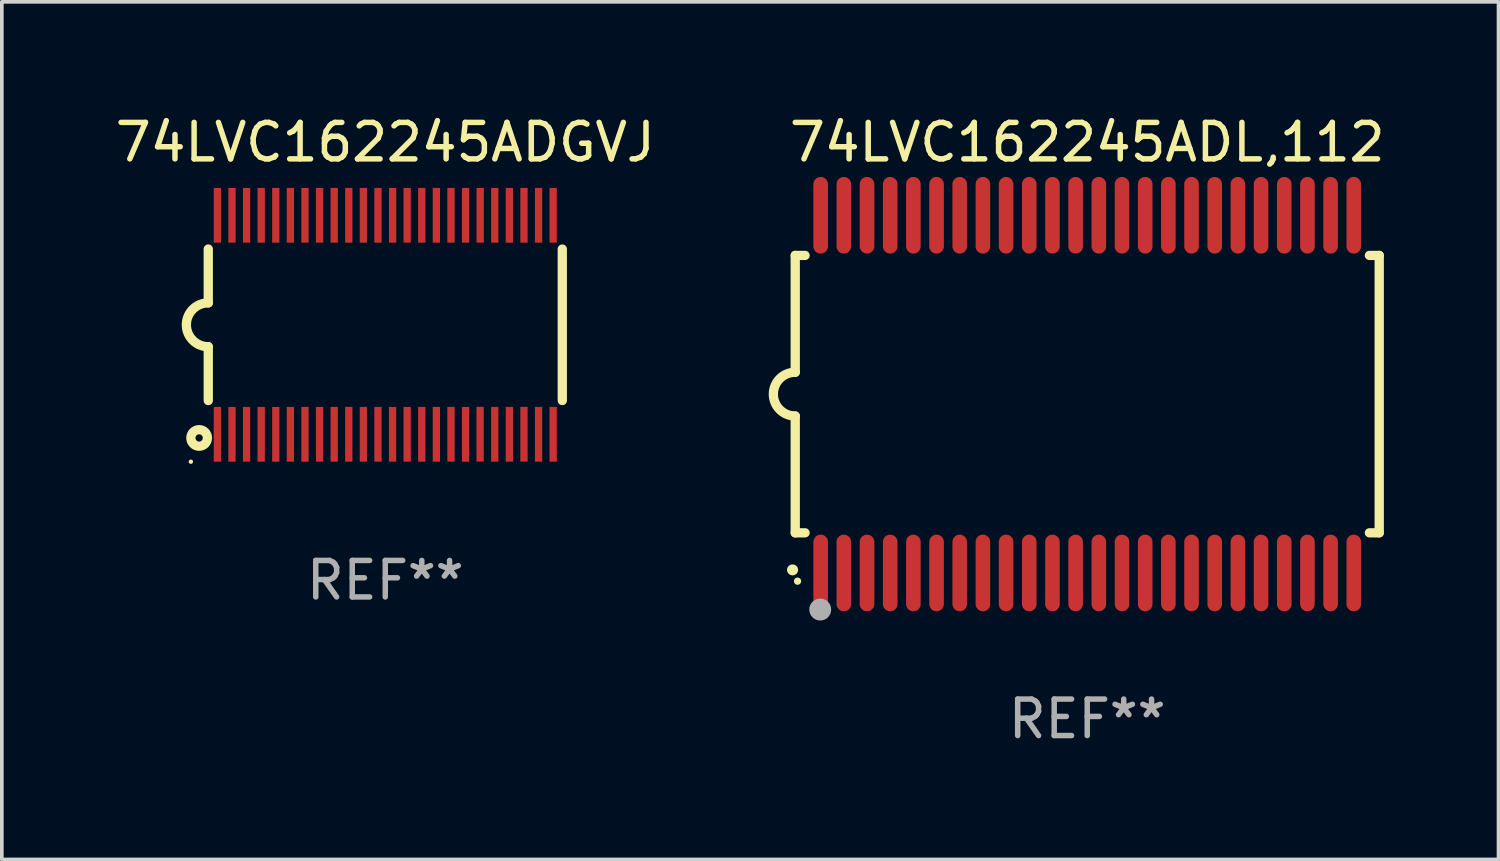
<source format=kicad_pcb>
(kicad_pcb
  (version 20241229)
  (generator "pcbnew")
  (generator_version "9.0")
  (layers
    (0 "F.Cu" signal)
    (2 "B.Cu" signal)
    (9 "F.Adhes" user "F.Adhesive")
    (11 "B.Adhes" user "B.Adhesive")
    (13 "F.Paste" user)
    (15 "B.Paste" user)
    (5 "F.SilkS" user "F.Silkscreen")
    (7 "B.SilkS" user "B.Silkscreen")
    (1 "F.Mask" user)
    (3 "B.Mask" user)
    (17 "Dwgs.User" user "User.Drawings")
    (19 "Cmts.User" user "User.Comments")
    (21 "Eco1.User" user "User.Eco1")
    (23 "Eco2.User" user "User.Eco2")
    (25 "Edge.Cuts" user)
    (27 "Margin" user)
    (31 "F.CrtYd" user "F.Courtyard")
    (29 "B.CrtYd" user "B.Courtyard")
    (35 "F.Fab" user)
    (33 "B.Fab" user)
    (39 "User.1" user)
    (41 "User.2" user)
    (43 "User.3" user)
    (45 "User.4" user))
  (footprint "74LVC162245ADGVJ"
    (layer "F.Cu")
    (at 7.506 5.849)
    (property "Reference" "74LVC162245ADGVJ" (at 0 -5.001 0) (layer "F.SilkS") (effects (font (size 1 1) (thickness 0.15))))
    (attr through_hole)
    (fp_line (start -4.85 -2.076) (end -4.85 -0.6) (stroke (width 0.254) (type solid)) (layer "F.SilkS"))
    (fp_line (start -4.85 2.076) (end -4.85 0.6) (stroke (width 0.254) (type solid)) (layer "F.SilkS"))
    (fp_line (start 4.85 -2.075) (end 4.85 2.075) (stroke (width 0.254) (type solid)) (layer "F.SilkS"))
    (fp_arc (start -4.850013 0.6) (mid -5.449099 -0.0008) (end -4.848869 -0.600457) (stroke (width 0.254001) (type solid)) (layer "F.SilkS"))
    (fp_circle (center -5.327 3.751) (end -5.297 3.751) (stroke (width 0.06) (type solid)) (fill no) (layer "F.SilkS"))
    (fp_circle (center -5.1 3.1) (end -5 3.1) (stroke (width 0.254) (type solid)) (fill no) (layer "F.SilkS"))
    (fp_text user "REF**" (at 0 7.001 0) (layer "F.Fab") (effects (font (size 1 1) (thickness 0.15))))
    (pad "1" smd rect (at -4.6 3) (size 0.2 1.5) (layers "F.Cu" "F.Mask" "F.Paste"))
    (pad "2" smd rect (at -4.2 3) (size 0.2 1.5) (layers "F.Cu" "F.Mask" "F.Paste"))
    (pad "3" smd rect (at -3.8 3) (size 0.2 1.5) (layers "F.Cu" "F.Mask" "F.Paste"))
    (pad "4" smd rect (at -3.4 3) (size 0.2 1.5) (layers "F.Cu" "F.Mask" "F.Paste"))
    (pad "5" smd rect (at -3 3.001) (size 0.2 1.5) (layers "F.Cu" "F.Mask" "F.Paste"))
    (pad "6" smd rect (at -2.6 3) (size 0.2 1.5) (layers "F.Cu" "F.Mask" "F.Paste"))
    (pad "7" smd rect (at -2.2 3) (size 0.2 1.5) (layers "F.Cu" "F.Mask" "F.Paste"))
    (pad "8" smd rect (at -1.8 3) (size 0.2 1.5) (layers "F.Cu" "F.Mask" "F.Paste"))
    (pad "9" smd rect (at -1.4 3) (size 0.2 1.5) (layers "F.Cu" "F.Mask" "F.Paste"))
    (pad "10" smd rect (at -1 3) (size 0.2 1.5) (layers "F.Cu" "F.Mask" "F.Paste"))
    (pad "11" smd rect (at -0.6 3) (size 0.2 1.5) (layers "F.Cu" "F.Mask" "F.Paste"))
    (pad "12" smd rect (at -0.2 3) (size 0.2 1.5) (layers "F.Cu" "F.Mask" "F.Paste"))
    (pad "13" smd rect (at 0.2 3) (size 0.2 1.5) (layers "F.Cu" "F.Mask" "F.Paste"))
    (pad "14" smd rect (at 0.6 3) (size 0.2 1.5) (layers "F.Cu" "F.Mask" "F.Paste"))
    (pad "15" smd rect (at 1 3) (size 0.2 1.5) (layers "F.Cu" "F.Mask" "F.Paste"))
    (pad "16" smd rect (at 1.4 3) (size 0.2 1.5) (layers "F.Cu" "F.Mask" "F.Paste"))
    (pad "17" smd rect (at 1.8 3) (size 0.2 1.5) (layers "F.Cu" "F.Mask" "F.Paste"))
    (pad "18" smd rect (at 2.2 3.001) (size 0.2 1.5) (layers "F.Cu" "F.Mask" "F.Paste"))
    (pad "19" smd rect (at 2.598 2.998) (size 0.2 1.5) (layers "F.Cu" "F.Mask" "F.Paste"))
    (pad "20" smd rect (at 3 3) (size 0.2 1.5) (layers "F.Cu" "F.Mask" "F.Paste"))
    (pad "21" smd rect (at 3.4 3) (size 0.2 1.5) (layers "F.Cu" "F.Mask" "F.Paste"))
    (pad "22" smd rect (at 3.8 2.998) (size 0.2 1.5) (layers "F.Cu" "F.Mask" "F.Paste"))
    (pad "23" smd rect (at 4.2 3) (size 0.2 1.5) (layers "F.Cu" "F.Mask" "F.Paste"))
    (pad "24" smd rect (at 4.6 3) (size 0.2 1.5) (layers "F.Cu" "F.Mask" "F.Paste"))
    (pad "25" smd rect (at 4.6 -3) (size 0.2 1.5) (layers "F.Cu" "F.Mask" "F.Paste"))
    (pad "26" smd rect (at 4.2 -3) (size 0.2 1.5) (layers "F.Cu" "F.Mask" "F.Paste"))
    (pad "27" smd rect (at 3.8 -3) (size 0.2 1.5) (layers "F.Cu" "F.Mask" "F.Paste"))
    (pad "28" smd rect (at 3.4 -3) (size 0.2 1.5) (layers "F.Cu" "F.Mask" "F.Paste"))
    (pad "29" smd rect (at 3 -3) (size 0.2 1.5) (layers "F.Cu" "F.Mask" "F.Paste"))
    (pad "30" smd rect (at 2.6 -3) (size 0.2 1.5) (layers "F.Cu" "F.Mask" "F.Paste"))
    (pad "31" smd rect (at 2.2 -3) (size 0.2 1.5) (layers "F.Cu" "F.Mask" "F.Paste"))
    (pad "32" smd rect (at 1.8 -3) (size 0.2 1.5) (layers "F.Cu" "F.Mask" "F.Paste"))
    (pad "33" smd rect (at 1.4 -3) (size 0.2 1.5) (layers "F.Cu" "F.Mask" "F.Paste"))
    (pad "34" smd rect (at 1 -3) (size 0.2 1.5) (layers "F.Cu" "F.Mask" "F.Paste"))
    (pad "35" smd rect (at 0.6 -3) (size 0.2 1.5) (layers "F.Cu" "F.Mask" "F.Paste"))
    (pad "36" smd rect (at 0.201 -3.001) (size 0.2 1.5) (layers "F.Cu" "F.Mask" "F.Paste"))
    (pad "37" smd rect (at -0.2 -3) (size 0.2 1.5) (layers "F.Cu" "F.Mask" "F.Paste"))
    (pad "38" smd rect (at -0.6 -3) (size 0.2 1.5) (layers "F.Cu" "F.Mask" "F.Paste"))
    (pad "39" smd rect (at -1 -3) (size 0.2 1.5) (layers "F.Cu" "F.Mask" "F.Paste"))
    (pad "40" smd rect (at -1.4 -3) (size 0.2 1.5) (layers "F.Cu" "F.Mask" "F.Paste"))
    (pad "41" smd rect (at -1.8 -3) (size 0.2 1.5) (layers "F.Cu" "F.Mask" "F.Paste"))
    (pad "42" smd rect (at -2.2 -3) (size 0.2 1.5) (layers "F.Cu" "F.Mask" "F.Paste"))
    (pad "43" smd rect (at -2.6 -3) (size 0.2 1.5) (layers "F.Cu" "F.Mask" "F.Paste"))
    (pad "44" smd rect (at -3 -3) (size 0.2 1.5) (layers "F.Cu" "F.Mask" "F.Paste"))
    (pad "45" smd rect (at -3.4 -3) (size 0.2 1.5) (layers "F.Cu" "F.Mask" "F.Paste"))
    (pad "46" smd rect (at -3.8 -3) (size 0.2 1.5) (layers "F.Cu" "F.Mask" "F.Paste"))
    (pad "47" smd rect (at -4.2 -3) (size 0.2 1.5) (layers "F.Cu" "F.Mask" "F.Paste"))
    (pad "48" smd rect (at -4.6 -3) (size 0.2 1.5) (layers "F.Cu" "F.Mask" "F.Paste")))
  (footprint "74LVC162245ADL,112"
    (layer "F.Cu")
    (at 26.738 7.748)
    (property "Reference" "74LVC162245ADL,112" (at 0 -6.9 0) (layer "F.SilkS") (effects (font (size 1 1) (thickness 0.15))))
    (attr through_hole)
    (fp_line (start -8 -3.8) (end -8 -0.599) (stroke (width 0.254) (type solid)) (layer "F.SilkS"))
    (fp_line (start -8 -3.8) (end -7.731 -3.8) (stroke (width 0.254) (type solid)) (layer "F.SilkS"))
    (fp_line (start -8 3.8) (end -8 0.599) (stroke (width 0.254) (type solid)) (layer "F.SilkS"))
    (fp_line (start -7.731 3.8) (end -8 3.8) (stroke (width 0.254) (type solid)) (layer "F.SilkS"))
    (fp_line (start 7.731 -3.8) (end 8 -3.8) (stroke (width 0.254) (type solid)) (layer "F.SilkS"))
    (fp_line (start 8 -3.8) (end 8 3.8) (stroke (width 0.254) (type solid)) (layer "F.SilkS"))
    (fp_line (start 8 3.8) (end 7.731 3.8) (stroke (width 0.254) (type solid)) (layer "F.SilkS"))
    (fp_arc (start -8.074676 4.81585) (mid -8.073406 4.815845) (end -8.072136 4.81585) (stroke (width 0.3) (type solid)) (layer "F.SilkS"))
    (fp_arc (start -8.000025 0.6) (mid -8.598908 0.00056) (end -8.000027 -0.598882) (stroke (width 0.254001) (type solid)) (layer "F.SilkS"))
    (fp_circle (center -7.937 5.125) (end -7.887 5.125) (stroke (width 0.1) (type solid)) (fill no) (layer "F.SilkS"))
    (fp_circle (center -7.315 5.903) (end -7.165 5.903) (stroke (width 0.3) (type solid)) (fill no) (layer "F.Fab"))
    (fp_text user "REF**" (at 0 8.9 0) (layer "F.Fab") (effects (font (size 1 1) (thickness 0.15))))
    (pad "1" smd oval (at -7.303 4.9) (size 0.4 2.1) (layers "F.Cu" "F.Mask" "F.Paste"))
    (pad "2" smd oval (at -6.668 4.9) (size 0.4 2.1) (layers "F.Cu" "F.Mask" "F.Paste"))
    (pad "3" smd oval (at -6.033 4.9) (size 0.4 2.1) (layers "F.Cu" "F.Mask" "F.Paste"))
    (pad "4" smd oval (at -5.398 4.9) (size 0.4 2.1) (layers "F.Cu" "F.Mask" "F.Paste"))
    (pad "5" smd oval (at -4.763 4.9) (size 0.4 2.1) (layers "F.Cu" "F.Mask" "F.Paste"))
    (pad "6" smd oval (at -4.128 4.9) (size 0.4 2.1) (layers "F.Cu" "F.Mask" "F.Paste"))
    (pad "7" smd oval (at -3.493 4.9) (size 0.4 2.1) (layers "F.Cu" "F.Mask" "F.Paste"))
    (pad "8" smd oval (at -2.858 4.9) (size 0.4 2.1) (layers "F.Cu" "F.Mask" "F.Paste"))
    (pad "9" smd oval (at -2.223 4.9) (size 0.4 2.1) (layers "F.Cu" "F.Mask" "F.Paste"))
    (pad "10" smd oval (at -1.588 4.9) (size 0.4 2.1) (layers "F.Cu" "F.Mask" "F.Paste"))
    (pad "11" smd oval (at -0.953 4.9) (size 0.4 2.1) (layers "F.Cu" "F.Mask" "F.Paste"))
    (pad "12" smd oval (at -0.318 4.9) (size 0.4 2.1) (layers "F.Cu" "F.Mask" "F.Paste"))
    (pad "13" smd oval (at 0.318 4.9) (size 0.4 2.1) (layers "F.Cu" "F.Mask" "F.Paste"))
    (pad "14" smd oval (at 0.953 4.9) (size 0.4 2.1) (layers "F.Cu" "F.Mask" "F.Paste"))
    (pad "15" smd oval (at 1.588 4.9) (size 0.4 2.1) (layers "F.Cu" "F.Mask" "F.Paste"))
    (pad "16" smd oval (at 2.223 4.9) (size 0.4 2.1) (layers "F.Cu" "F.Mask" "F.Paste"))
    (pad "17" smd oval (at 2.858 4.9) (size 0.4 2.1) (layers "F.Cu" "F.Mask" "F.Paste"))
    (pad "18" smd oval (at 3.493 4.9) (size 0.4 2.1) (layers "F.Cu" "F.Mask" "F.Paste"))
    (pad "19" smd oval (at 4.128 4.9) (size 0.4 2.1) (layers "F.Cu" "F.Mask" "F.Paste"))
    (pad "20" smd oval (at 4.763 4.9) (size 0.4 2.1) (layers "F.Cu" "F.Mask" "F.Paste"))
    (pad "21" smd oval (at 5.398 4.9) (size 0.4 2.1) (layers "F.Cu" "F.Mask" "F.Paste"))
    (pad "22" smd oval (at 6.033 4.9) (size 0.4 2.1) (layers "F.Cu" "F.Mask" "F.Paste"))
    (pad "23" smd oval (at 6.668 4.9) (size 0.4 2.1) (layers "F.Cu" "F.Mask" "F.Paste"))
    (pad "24" smd oval (at 7.303 4.9) (size 0.4 2.1) (layers "F.Cu" "F.Mask" "F.Paste"))
    (pad "25" smd oval (at 7.303 -4.9 180) (size 0.4 2.1) (layers "F.Cu" "F.Mask" "F.Paste"))
    (pad "26" smd oval (at 6.668 -4.9 180) (size 0.4 2.1) (layers "F.Cu" "F.Mask" "F.Paste"))
    (pad "27" smd oval (at 6.033 -4.9 180) (size 0.4 2.1) (layers "F.Cu" "F.Mask" "F.Paste"))
    (pad "28" smd oval (at 5.398 -4.9 180) (size 0.4 2.1) (layers "F.Cu" "F.Mask" "F.Paste"))
    (pad "29" smd oval (at 4.763 -4.9 180) (size 0.4 2.1) (layers "F.Cu" "F.Mask" "F.Paste"))
    (pad "30" smd oval (at 4.128 -4.9 180) (size 0.4 2.1) (layers "F.Cu" "F.Mask" "F.Paste"))
    (pad "31" smd oval (at 3.493 -4.9 180) (size 0.4 2.1) (layers "F.Cu" "F.Mask" "F.Paste"))
    (pad "32" smd oval (at 2.858 -4.9 180) (size 0.4 2.1) (layers "F.Cu" "F.Mask" "F.Paste"))
    (pad "33" smd oval (at 2.223 -4.9 180) (size 0.4 2.1) (layers "F.Cu" "F.Mask" "F.Paste"))
    (pad "34" smd oval (at 1.588 -4.9 180) (size 0.4 2.1) (layers "F.Cu" "F.Mask" "F.Paste"))
    (pad "35" smd oval (at 0.953 -4.9 180) (size 0.4 2.1) (layers "F.Cu" "F.Mask" "F.Paste"))
    (pad "36" smd oval (at 0.318 -4.9 180) (size 0.4 2.1) (layers "F.Cu" "F.Mask" "F.Paste"))
    (pad "37" smd oval (at -0.318 -4.9 180) (size 0.4 2.1) (layers "F.Cu" "F.Mask" "F.Paste"))
    (pad "38" smd oval (at -0.953 -4.9 180) (size 0.4 2.1) (layers "F.Cu" "F.Mask" "F.Paste"))
    (pad "39" smd oval (at -1.588 -4.9 180) (size 0.4 2.1) (layers "F.Cu" "F.Mask" "F.Paste"))
    (pad "40" smd oval (at -2.223 -4.9 180) (size 0.4 2.1) (layers "F.Cu" "F.Mask" "F.Paste"))
    (pad "41" smd oval (at -2.858 -4.9 180) (size 0.4 2.1) (layers "F.Cu" "F.Mask" "F.Paste"))
    (pad "42" smd oval (at -3.493 -4.9 180) (size 0.4 2.1) (layers "F.Cu" "F.Mask" "F.Paste"))
    (pad "43" smd oval (at -4.128 -4.9 180) (size 0.4 2.1) (layers "F.Cu" "F.Mask" "F.Paste"))
    (pad "44" smd oval (at -4.763 -4.9 180) (size 0.4 2.1) (layers "F.Cu" "F.Mask" "F.Paste"))
    (pad "45" smd oval (at -5.398 -4.9 180) (size 0.4 2.1) (layers "F.Cu" "F.Mask" "F.Paste"))
    (pad "46" smd oval (at -6.033 -4.9 180) (size 0.4 2.1) (layers "F.Cu" "F.Mask" "F.Paste"))
    (pad "47" smd oval (at -6.668 -4.9 180) (size 0.4 2.1) (layers "F.Cu" "F.Mask" "F.Paste"))
    (pad "48" smd oval (at -7.303 -4.9 180) (size 0.4 2.1) (layers "F.Cu" "F.Mask" "F.Paste")))
  (gr_rect
    (start -3 -3)
    (end 38.006 20.496)
    (stroke (width 0.1) (type default))
    (fill no)
    (layer "Edge.Cuts")))
</source>
